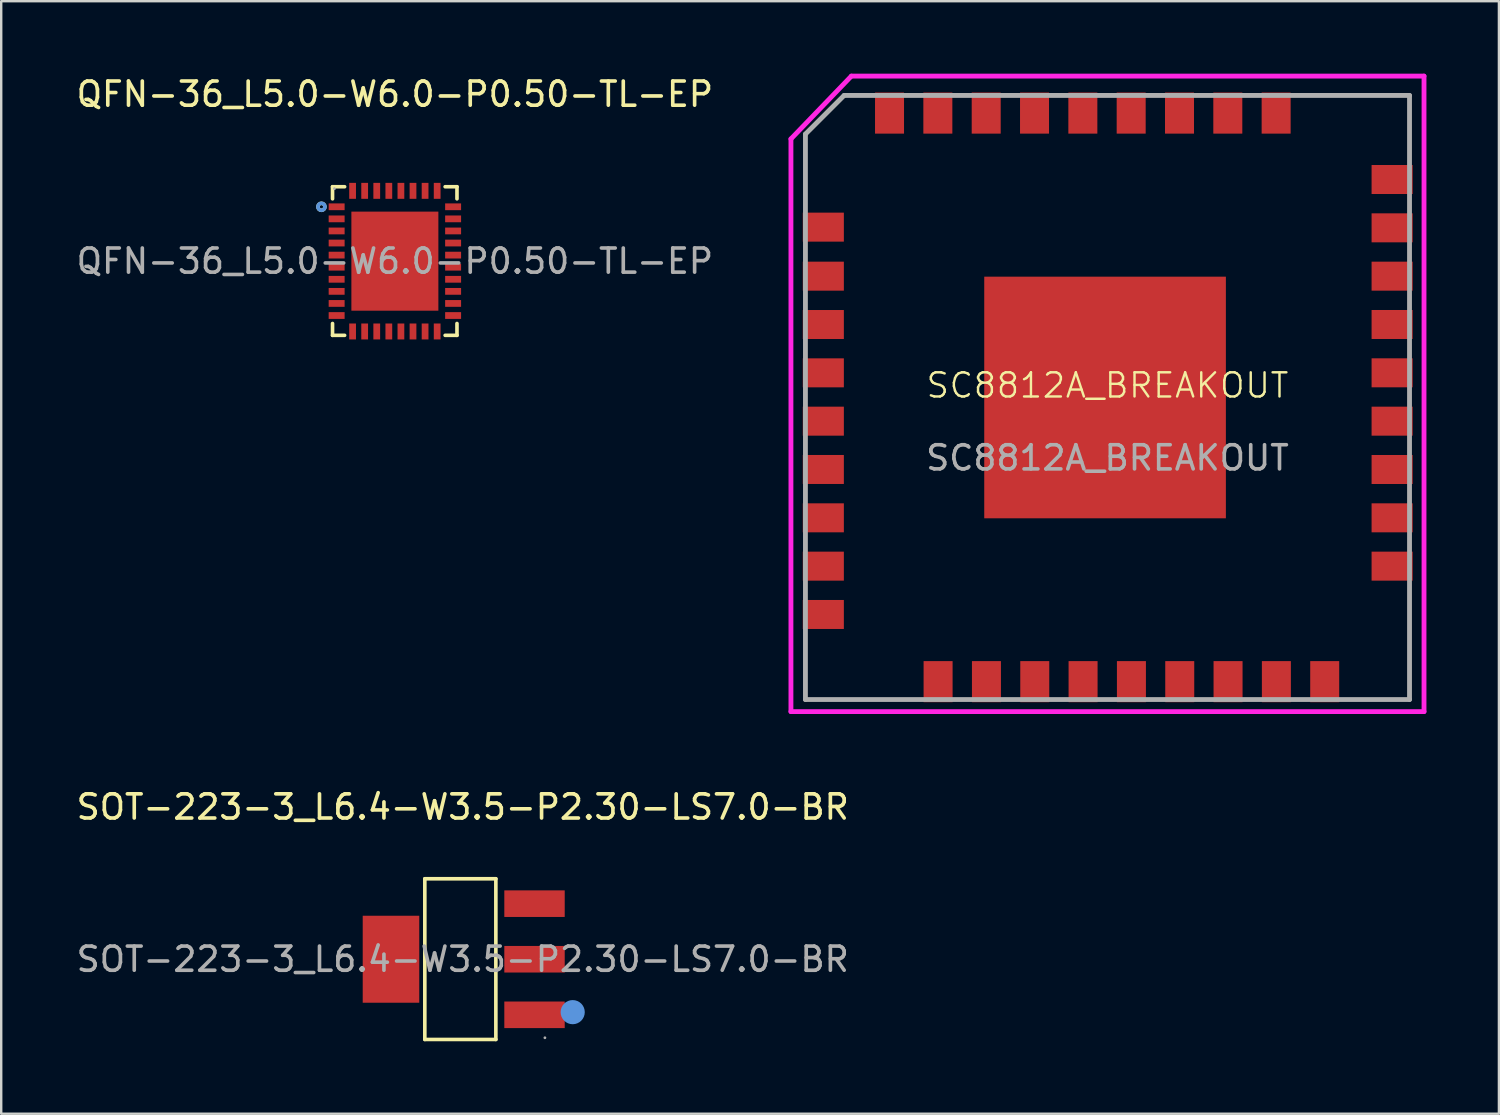
<source format=kicad_pcb>
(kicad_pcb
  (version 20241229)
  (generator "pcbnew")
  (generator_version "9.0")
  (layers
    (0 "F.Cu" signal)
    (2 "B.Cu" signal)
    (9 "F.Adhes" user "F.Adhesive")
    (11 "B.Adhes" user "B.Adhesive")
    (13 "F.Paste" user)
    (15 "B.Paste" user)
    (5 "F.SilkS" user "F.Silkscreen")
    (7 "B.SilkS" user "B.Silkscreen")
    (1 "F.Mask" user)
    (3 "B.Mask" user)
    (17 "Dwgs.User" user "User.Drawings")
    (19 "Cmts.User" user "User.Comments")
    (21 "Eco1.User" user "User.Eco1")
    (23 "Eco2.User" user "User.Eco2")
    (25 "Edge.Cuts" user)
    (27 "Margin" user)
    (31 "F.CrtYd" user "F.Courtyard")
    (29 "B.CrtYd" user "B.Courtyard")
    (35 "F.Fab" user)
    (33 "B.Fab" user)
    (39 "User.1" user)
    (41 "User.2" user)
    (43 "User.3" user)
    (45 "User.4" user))
  (footprint "SC8812A_BREAKOUT"
    (layer "F.Cu")
    (at 42.783 13.4)
    (property "Reference" "SC8812A_BREAKOUT" (at 0 -0.5 0) (unlocked yes) (layer "F.SilkS") (effects (font (size 1 1) (thickness 0.1))))
    (attr smd)
    (fp_line (start -13.1 -10.7) (end -13.1 13) (stroke (width 0.2) (type default)) (layer "F.CrtYd"))
    (fp_line (start -13.1 13) (end 13.1 13) (stroke (width 0.2) (type default)) (layer "F.CrtYd"))
    (fp_line (start -10.6 -13.3) (end -13.1 -10.7) (stroke (width 0.2) (type default)) (layer "F.CrtYd"))
    (fp_line (start 13.1 -13.3) (end -10.6 -13.3) (stroke (width 0.2) (type default)) (layer "F.CrtYd"))
    (fp_line (start 13.1 13) (end 13.1 -13.3) (stroke (width 0.2) (type default)) (layer "F.CrtYd"))
    (fp_line (start -12.5 -10.9) (end -12.5 12.5) (stroke (width 0.2) (type default)) (layer "F.Fab"))
    (fp_line (start -12.5 12.5) (end 12.5 12.5) (stroke (width 0.2) (type default)) (layer "F.Fab"))
    (fp_line (start -10.9 -12.5) (end -12.498 -10.902) (stroke (width 0.2) (type solid)) (layer "F.Fab"))
    (fp_line (start 12.5 -12.5) (end -10.9 -12.5) (stroke (width 0.2) (type default)) (layer "F.Fab"))
    (fp_line (start 12.5 12.5) (end 12.5 -12.5) (stroke (width 0.2) (type default)) (layer "F.Fab"))
    (fp_text user "${REFERENCE}" (at 0 2.5 0) (unlocked yes) (layer "F.Fab") (effects (font (size 1 1) (thickness 0.15))))
    (pad "1" smd rect (at -11.76 -7.05 90) (size 1.2 1.7) (layers "F.Cu" "F.Mask" "F.Paste"))
    (pad "2" smd rect (at -11.76 -5.021 90) (size 1.2 1.7) (layers "F.Cu" "F.Mask" "F.Paste"))
    (pad "3" smd rect (at -11.76 -3.02 90) (size 1.2 1.7) (layers "F.Cu" "F.Mask" "F.Paste"))
    (pad "4" smd rect (at -11.76 -1.02 90) (size 1.2 1.7) (layers "F.Cu" "F.Mask" "F.Paste"))
    (pad "5" smd rect (at -11.76 0.98 90) (size 1.2 1.7) (layers "F.Cu" "F.Mask" "F.Paste"))
    (pad "6" smd rect (at -11.76 2.979 90) (size 1.2 1.7) (layers "F.Cu" "F.Mask" "F.Paste"))
    (pad "7" smd rect (at -11.76 4.98 90) (size 1.2 1.7) (layers "F.Cu" "F.Mask" "F.Paste"))
    (pad "8" smd rect (at -11.76 6.98 90) (size 1.2 1.7) (layers "F.Cu" "F.Mask" "F.Paste"))
    (pad "9" smd rect (at -7.01 11.76) (size 1.2 1.7) (layers "F.Cu" "F.Mask" "F.Paste"))
    (pad "10" smd rect (at -5.009 11.76) (size 1.2 1.7) (layers "F.Cu" "F.Mask" "F.Paste"))
    (pad "11" smd rect (at -3.009 11.76) (size 1.2 1.7) (layers "F.Cu" "F.Mask" "F.Paste"))
    (pad "12" smd rect (at -1.01 11.76) (size 1.2 1.7) (layers "F.Cu" "F.Mask" "F.Paste"))
    (pad "13" smd rect (at 0.991 11.76) (size 1.2 1.7) (layers "F.Cu" "F.Mask" "F.Paste"))
    (pad "14" smd rect (at 2.991 11.76) (size 1.2 1.7) (layers "F.Cu" "F.Mask" "F.Paste"))
    (pad "15" smd rect (at 4.99 11.76) (size 1.2 1.7) (layers "F.Cu" "F.Mask" "F.Paste"))
    (pad "16" smd rect (at 6.99 11.76) (size 1.2 1.7) (layers "F.Cu" "F.Mask" "F.Paste"))
    (pad "17" smd rect (at 11.78 6.98 90) (size 1.2 1.7) (layers "F.Cu" "F.Mask" "F.Paste"))
    (pad "18" smd rect (at 11.78 4.98 90) (size 1.2 1.7) (layers "F.Cu" "F.Mask" "F.Paste"))
    (pad "19" smd rect (at 11.78 2.98 90) (size 1.2 1.7) (layers "F.Cu" "F.Mask" "F.Paste"))
    (pad "20" smd rect (at 11.78 0.98 90) (size 1.2 1.7) (layers "F.Cu" "F.Mask" "F.Paste"))
    (pad "21" smd rect (at 11.78 -1.021 90) (size 1.2 1.7) (layers "F.Cu" "F.Mask" "F.Paste"))
    (pad "22" smd rect (at 11.78 -3.021 90) (size 1.2 1.7) (layers "F.Cu" "F.Mask" "F.Paste"))
    (pad "23" smd rect (at 11.78 -5.021 90) (size 1.2 1.7) (layers "F.Cu" "F.Mask" "F.Paste"))
    (pad "24" smd rect (at 11.78 -7.021 90) (size 1.2 1.7) (layers "F.Cu" "F.Mask" "F.Paste"))
    (pad "25" smd rect (at 6.98 -11.77) (size 1.2 1.7) (layers "F.Cu" "F.Mask" "F.Paste"))
    (pad "26" smd rect (at 4.98 -11.77) (size 1.2 1.7) (layers "F.Cu" "F.Mask" "F.Paste"))
    (pad "27" smd rect (at 2.981 -11.77) (size 1.2 1.7) (layers "F.Cu" "F.Mask" "F.Paste"))
    (pad "28" smd rect (at 0.981 -11.77) (size 1.2 1.7) (layers "F.Cu" "F.Mask" "F.Paste"))
    (pad "29" smd rect (at -1.019 -11.77) (size 1.2 1.7) (layers "F.Cu" "F.Mask" "F.Paste"))
    (pad "30" smd rect (at -3.019 -11.77) (size 1.2 1.7) (layers "F.Cu" "F.Mask" "F.Paste"))
    (pad "31" smd rect (at -5.019 -11.77) (size 1.2 1.7) (layers "F.Cu" "F.Mask" "F.Paste"))
    (pad "32" smd rect (at -7.02 -11.77) (size 1.2 1.7) (layers "F.Cu" "F.Mask" "F.Paste"))
    (pad "33" smd rect (at -11.76 8.98 90) (size 1.2 1.7) (layers "F.Cu" "F.Mask" "F.Paste"))
    (pad "33" smd rect (at -9.02 -11.77) (size 1.2 1.7) (layers "F.Cu" "F.Mask" "F.Paste"))
    (pad "33" smd rect (at -0.1 0) (size 10 10) (layers "F.Cu" "F.Mask" "F.Paste"))
    (pad "33" smd rect (at 8.99 11.76) (size 1.2 1.7) (layers "F.Cu" "F.Mask" "F.Paste"))
    (pad "33" smd rect (at 11.78 -9.021 90) (size 1.2 1.7) (layers "F.Cu" "F.Mask" "F.Paste")))
  (footprint "QFN-36_L5.0-W6.0-P0.50-TL-EP"
    (layer "F.Cu")
    (at 13.292 7.758)
    (property "Reference" "QFN-36_L5.0-W6.0-P0.50-TL-EP" (at 0 -6.91 0) (layer "F.SilkS") (effects (font (size 1 1) (thickness 0.15))))
    (attr smd)
    (fp_line (start -2.58 -3.08) (end -2.58 -2.58) (stroke (width 0.15) (type solid)) (layer "F.SilkS"))
    (fp_line (start -2.58 3.07) (end -2.58 2.58) (stroke (width 0.15) (type solid)) (layer "F.SilkS"))
    (fp_line (start -2.08 -3.08) (end -2.58 -3.08) (stroke (width 0.15) (type solid)) (layer "F.SilkS"))
    (fp_line (start -2.08 3.07) (end -2.58 3.07) (stroke (width 0.15) (type solid)) (layer "F.SilkS"))
    (fp_line (start 2.08 -3.08) (end 2.57 -3.08) (stroke (width 0.15) (type solid)) (layer "F.SilkS"))
    (fp_line (start 2.08 3.07) (end 2.57 3.07) (stroke (width 0.15) (type solid)) (layer "F.SilkS"))
    (fp_line (start 2.57 -3.08) (end 2.57 -2.58) (stroke (width 0.15) (type solid)) (layer "F.SilkS"))
    (fp_line (start 2.57 3.07) (end 2.57 2.58) (stroke (width 0.15) (type solid)) (layer "F.SilkS"))
    (fp_circle (center -3.04 -2.25) (end -2.97 -2.25) (stroke (width 0.15) (type solid)) (fill no) (layer "F.SilkS"))
    (fp_circle (center -3.04 -2.25) (end -2.97 -2.25) (stroke (width 0.15) (type solid)) (fill no) (layer "Cmts.User"))
    (fp_circle (center -2.5 -3) (end -2.47 -3) (stroke (width 0.06) (type solid)) (fill no) (layer "F.Fab"))
    (fp_text user "${REFERENCE}" (at 0 0 0) (layer "F.Fab") (effects (font (size 1 1) (thickness 0.15))))
    (pad "1" smd rect (at -2.41 -2.25 270) (size 0.28 0.66) (layers "F.Cu" "F.Mask" "F.Paste"))
    (pad "2" smd rect (at -2.41 -1.75 270) (size 0.28 0.66) (layers "F.Cu" "F.Mask" "F.Paste"))
    (pad "3" smd rect (at -2.41 -1.25 270) (size 0.28 0.66) (layers "F.Cu" "F.Mask" "F.Paste"))
    (pad "4" smd rect (at -2.41 -0.75 270) (size 0.28 0.66) (layers "F.Cu" "F.Mask" "F.Paste"))
    (pad "5" smd rect (at -2.41 -0.25 270) (size 0.28 0.66) (layers "F.Cu" "F.Mask" "F.Paste"))
    (pad "6" smd rect (at -2.41 0.25 270) (size 0.28 0.66) (layers "F.Cu" "F.Mask" "F.Paste"))
    (pad "7" smd rect (at -2.41 0.75 270) (size 0.28 0.66) (layers "F.Cu" "F.Mask" "F.Paste"))
    (pad "8" smd rect (at -2.41 1.25 270) (size 0.28 0.66) (layers "F.Cu" "F.Mask" "F.Paste"))
    (pad "9" smd rect (at -2.41 1.75 270) (size 0.28 0.66) (layers "F.Cu" "F.Mask" "F.Paste"))
    (pad "10" smd rect (at -2.41 2.25 270) (size 0.28 0.66) (layers "F.Cu" "F.Mask" "F.Paste"))
    (pad "11" smd rect (at -1.75 2.91 270) (size 0.66 0.28) (layers "F.Cu" "F.Mask" "F.Paste"))
    (pad "12" smd rect (at -1.25 2.91 270) (size 0.66 0.28) (layers "F.Cu" "F.Mask" "F.Paste"))
    (pad "13" smd rect (at -0.75 2.91 270) (size 0.66 0.28) (layers "F.Cu" "F.Mask" "F.Paste"))
    (pad "14" smd rect (at -0.25 2.91 270) (size 0.66 0.28) (layers "F.Cu" "F.Mask" "F.Paste"))
    (pad "15" smd rect (at 0.25 2.91 270) (size 0.66 0.28) (layers "F.Cu" "F.Mask" "F.Paste"))
    (pad "16" smd rect (at 0.75 2.91 270) (size 0.66 0.28) (layers "F.Cu" "F.Mask" "F.Paste"))
    (pad "17" smd rect (at 1.25 2.91 270) (size 0.66 0.28) (layers "F.Cu" "F.Mask" "F.Paste"))
    (pad "18" smd rect (at 1.75 2.91 270) (size 0.66 0.28) (layers "F.Cu" "F.Mask" "F.Paste"))
    (pad "19" smd rect (at 2.41 2.25 270) (size 0.28 0.66) (layers "F.Cu" "F.Mask" "F.Paste"))
    (pad "20" smd rect (at 2.41 1.75 270) (size 0.28 0.66) (layers "F.Cu" "F.Mask" "F.Paste"))
    (pad "21" smd rect (at 2.41 1.25 270) (size 0.28 0.66) (layers "F.Cu" "F.Mask" "F.Paste"))
    (pad "22" smd rect (at 2.41 0.75 270) (size 0.28 0.66) (layers "F.Cu" "F.Mask" "F.Paste"))
    (pad "23" smd rect (at 2.41 0.25 270) (size 0.28 0.66) (layers "F.Cu" "F.Mask" "F.Paste"))
    (pad "24" smd rect (at 2.41 -0.25 270) (size 0.28 0.66) (layers "F.Cu" "F.Mask" "F.Paste"))
    (pad "25" smd rect (at 2.41 -0.75 270) (size 0.28 0.66) (layers "F.Cu" "F.Mask" "F.Paste"))
    (pad "26" smd rect (at 2.41 -1.25 270) (size 0.28 0.66) (layers "F.Cu" "F.Mask" "F.Paste"))
    (pad "27" smd rect (at 2.41 -1.75 270) (size 0.28 0.66) (layers "F.Cu" "F.Mask" "F.Paste"))
    (pad "28" smd rect (at 2.41 -2.25 270) (size 0.28 0.66) (layers "F.Cu" "F.Mask" "F.Paste"))
    (pad "29" smd rect (at 1.75 -2.91 270) (size 0.66 0.28) (layers "F.Cu" "F.Mask" "F.Paste"))
    (pad "30" smd rect (at 1.25 -2.91 270) (size 0.66 0.28) (layers "F.Cu" "F.Mask" "F.Paste"))
    (pad "31" smd rect (at 0.75 -2.91 270) (size 0.66 0.28) (layers "F.Cu" "F.Mask" "F.Paste"))
    (pad "32" smd rect (at 0.25 -2.91 270) (size 0.66 0.28) (layers "F.Cu" "F.Mask" "F.Paste"))
    (pad "33" smd rect (at -0.25 -2.91 270) (size 0.66 0.28) (layers "F.Cu" "F.Mask" "F.Paste"))
    (pad "34" smd rect (at -0.75 -2.91 270) (size 0.66 0.28) (layers "F.Cu" "F.Mask" "F.Paste"))
    (pad "35" smd rect (at -1.25 -2.91 270) (size 0.66 0.28) (layers "F.Cu" "F.Mask" "F.Paste"))
    (pad "36" smd rect (at -1.75 -2.91 270) (size 0.66 0.28) (layers "F.Cu" "F.Mask" "F.Paste"))
    (pad "37" smd rect (at 0 0 270) (size 4.1 3.6) (layers "F.Cu" "F.Mask" "F.Paste")))
  (footprint "SOT-223-3_L6.4-W3.5-P2.30-LS7.0-BR"
    (layer "F.Cu")
    (at 16.101 36.648)
    (property "Reference" "SOT-223-3_L6.4-W3.5-P2.30-LS7.0-BR" (at 0 -6.3 0) (layer "F.SilkS") (effects (font (size 1 1) (thickness 0.15))))
    (attr smd)
    (fp_line (start -1.57 -3.33) (end 1.37 -3.33) (stroke (width 0.15) (type solid)) (layer "F.SilkS"))
    (fp_line (start -1.57 3.32) (end -1.57 -3.33) (stroke (width 0.15) (type solid)) (layer "F.SilkS"))
    (fp_line (start 1.37 -3.33) (end 1.37 3.32) (stroke (width 0.15) (type solid)) (layer "F.SilkS"))
    (fp_line (start 1.37 3.32) (end -1.57 3.32) (stroke (width 0.15) (type solid)) (layer "F.SilkS"))
    (fp_circle (center 4.55 2.19) (end 4.8 2.19) (stroke (width 0.5) (type solid)) (fill no) (layer "Cmts.User"))
    (fp_circle (center 3.4 3.25) (end 3.43 3.25) (stroke (width 0.06) (type solid)) (fill no) (layer "F.Fab"))
    (fp_text user "${REFERENCE}" (at 0 0 0) (layer "F.Fab") (effects (font (size 1 1) (thickness 0.15))))
    (pad "1" smd rect (at 2.97 2.3) (size 2.5 1.1) (layers "F.Cu" "F.Mask" "F.Paste"))
    (pad "2" smd rect (at 2.97 0) (size 2.5 1.1) (layers "F.Cu" "F.Mask" "F.Paste"))
    (pad "3" smd rect (at 2.97 -2.3) (size 2.5 1.1) (layers "F.Cu" "F.Mask" "F.Paste"))
    (pad "4" smd rect (at -2.97 0) (size 2.34 3.6) (layers "F.Cu" "F.Mask" "F.Paste")))
  (gr_rect
    (start -3 -3)
    (end 58.983 43.043)
    (stroke (width 0.1) (type default))
    (fill no)
    (layer "Edge.Cuts")))
</source>
